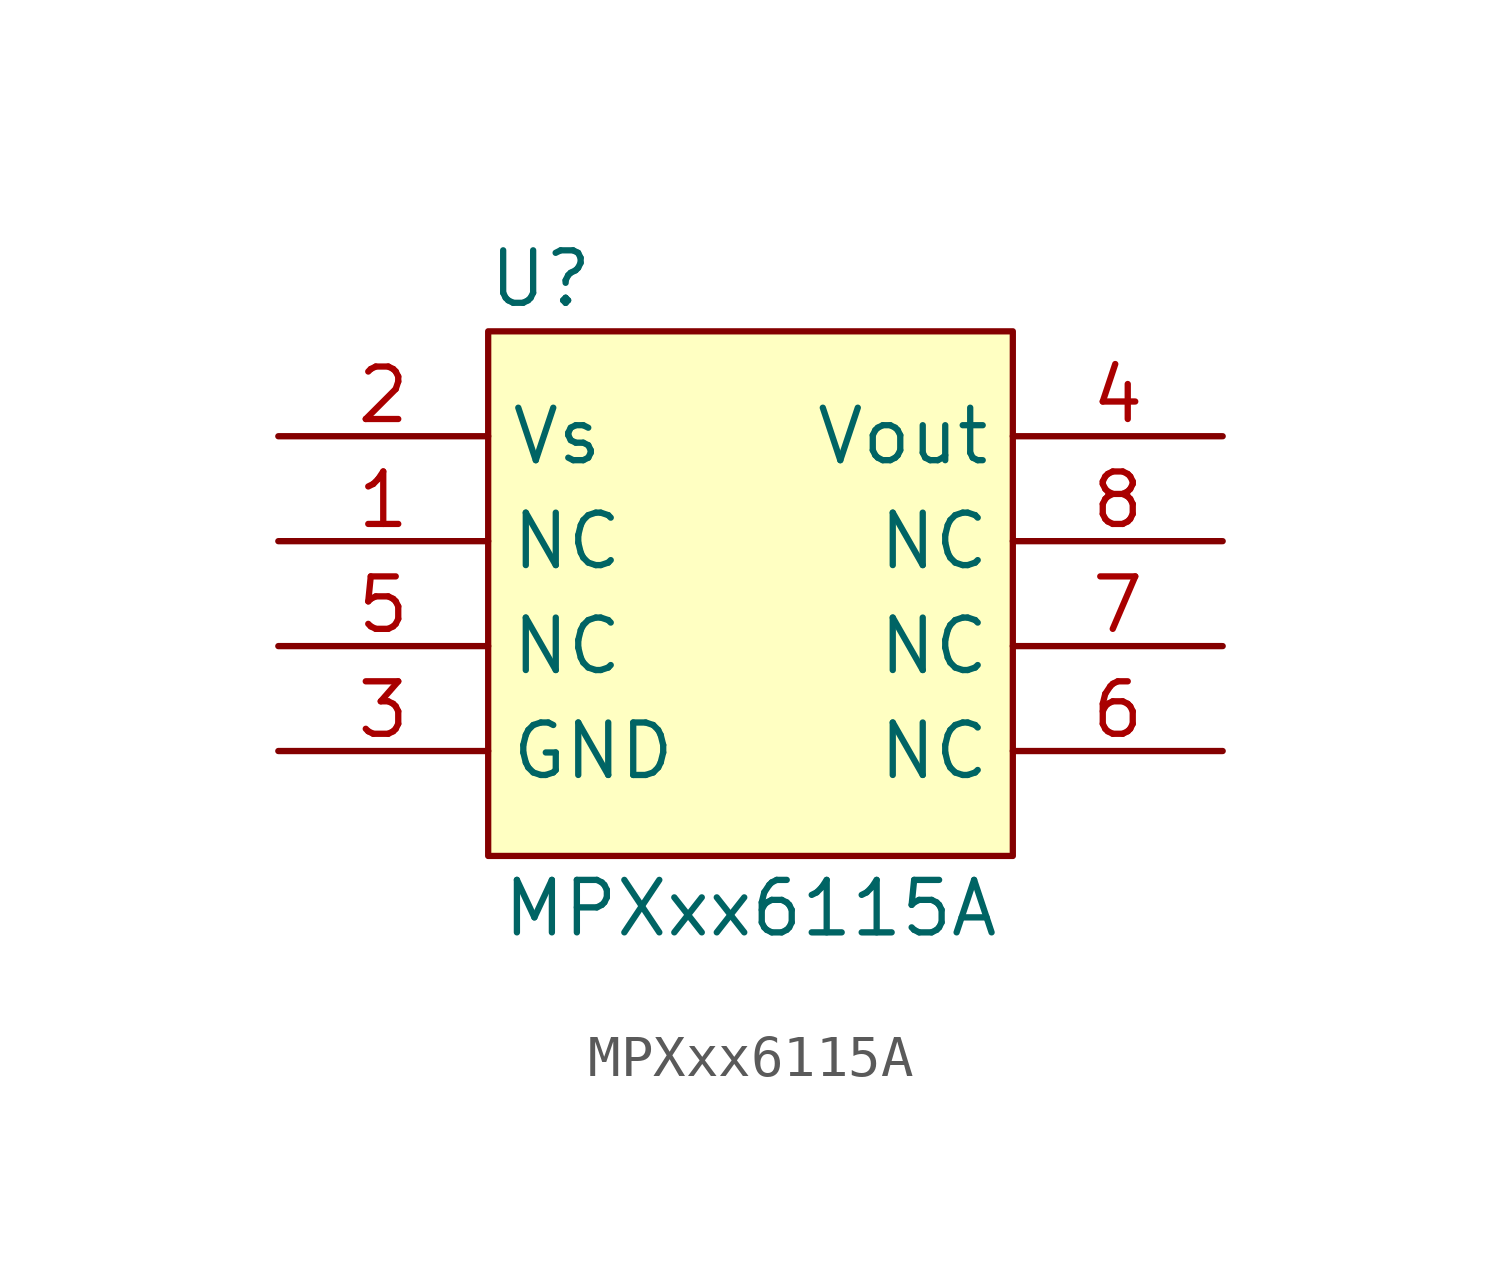
<source format=kicad_sym>
(kicad_symbol_lib
  (version 20210619)
  (generator kicad_symbol_editor)
  (symbol "MPX_SOP_SSOP:MPXxx6115A"
    (property "Reference" "U"
      (at 1.27 1.27 0)
      (effects (font (size 1.27 1.27))))
    (property "Value" "MPXxx6115A"
      (at 6.35 -13.97 0)
      (effects (font (size 1.27 1.27))))
    (symbol "MPXxx6115A_0_1"
      (rectangle (start 0 0) (end 12.7 -12.7) (stroke (width 0.152)) (fill (type background))))
    (symbol "MPXxx6115A_1_1"
      (pin passive line (at -5.08 -5.08 0) (length 5.08) (name "NC" (effects (font (size 1.27 1.27)))) (number "1" (effects (font (size 1.27 1.27)))))
      (pin passive line (at -5.08 -2.54 0) (length 5.08) (name "Vs" (effects (font (size 1.27 1.27)))) (number "2" (effects (font (size 1.27 1.27)))))
      (pin passive line (at -5.08 -10.16 0) (length 5.08) (name "GND" (effects (font (size 1.27 1.27)))) (number "3" (effects (font (size 1.27 1.27)))))
      (pin passive line (at 17.78 -2.54 180) (length 5.08) (name "Vout" (effects (font (size 1.27 1.27)))) (number "4" (effects (font (size 1.27 1.27)))))
      (pin passive line (at -5.08 -7.62 0) (length 5.08) (name "NC" (effects (font (size 1.27 1.27)))) (number "5" (effects (font (size 1.27 1.27)))))
      (pin passive line (at 17.78 -10.16 180) (length 5.08) (name "NC" (effects (font (size 1.27 1.27)))) (number "6" (effects (font (size 1.27 1.27)))))
      (pin passive line (at 17.78 -7.62 180) (length 5.08) (name "NC" (effects (font (size 1.27 1.27)))) (number "7" (effects (font (size 1.27 1.27)))))
      (pin passive line (at 17.78 -5.08 180) (length 5.08) (name "NC" (effects (font (size 1.27 1.27)))) (number "8" (effects (font (size 1.27 1.27))))))))
</source>
